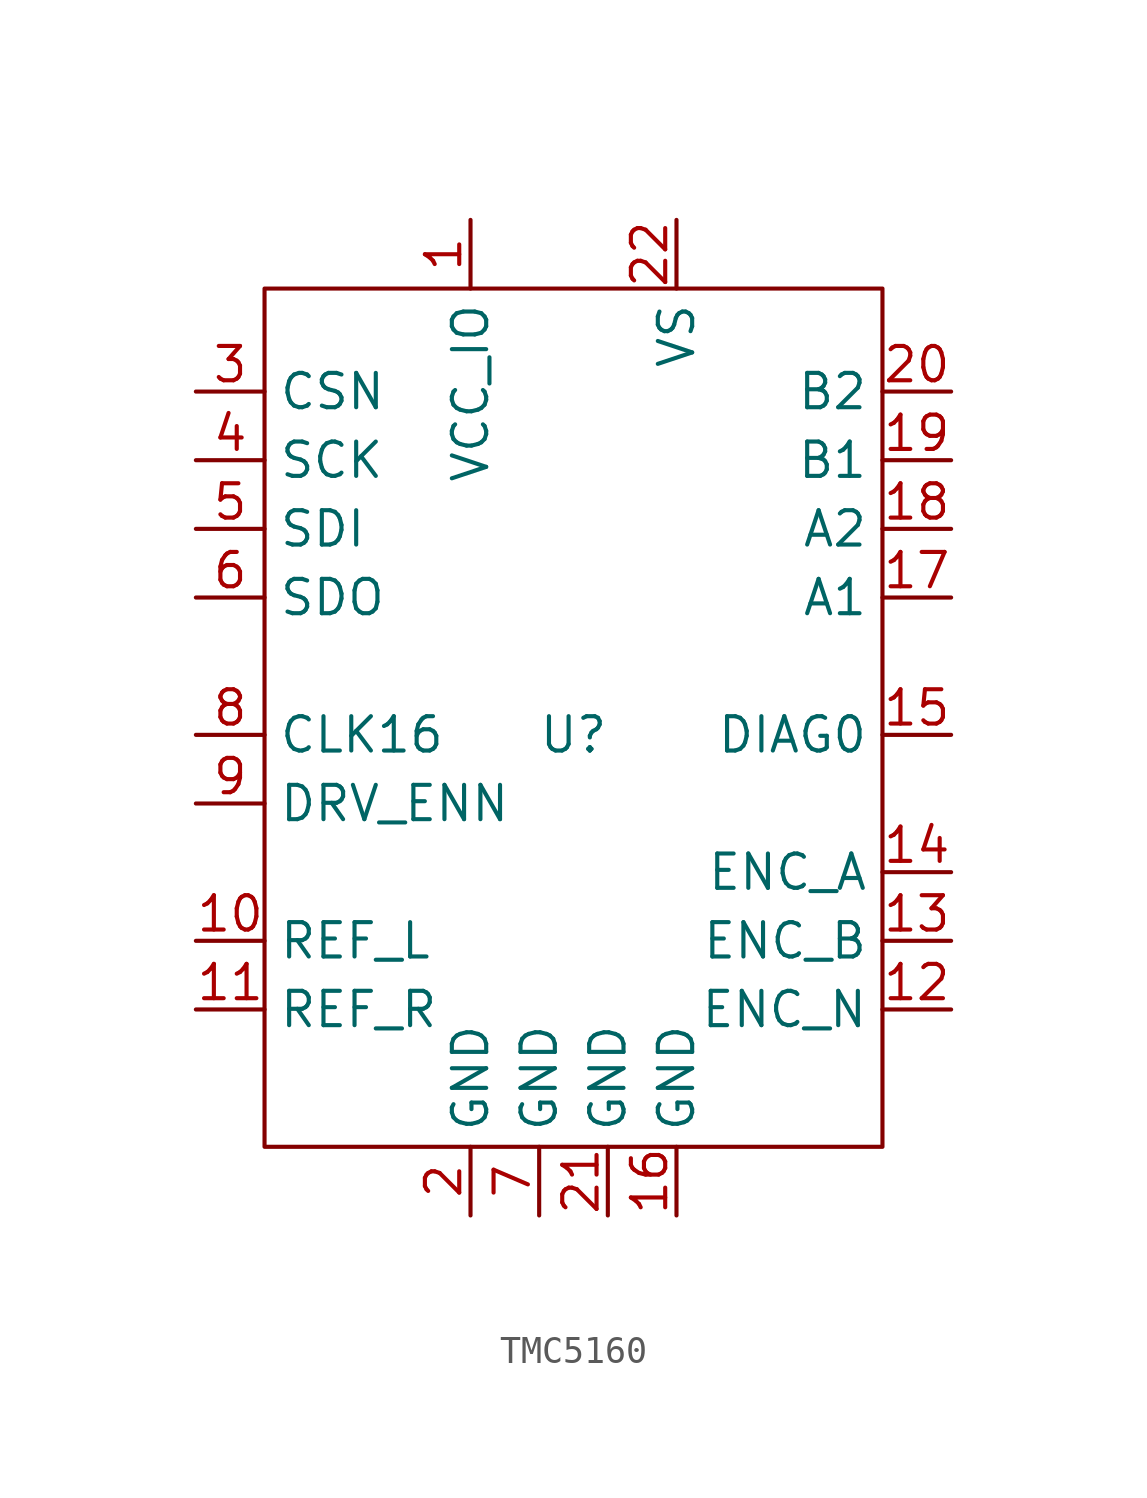
<source format=kicad_sym>
(kicad_symbol_lib
  (version 20220914)
  (generator kicad_symbol_editor)
  (symbol "TMC5160"
    (property "Reference" "U"
      (at 0 0 0)
      (effects (font (size 1.27 1.27))))
    (property "Value" ""
      (at 0 0 0)
      (effects (font (size 1.27 1.27))))
    (symbol "TMC5160_0_1"
      (rectangle (start -11.43 16.51) (end 11.43 -15.24) (stroke (width 0) (type default)) (fill (type none))))
    (symbol "TMC5160_1_1"
      (pin power_in line (at -3.81 19.05 270) (length 2.54) (name "VCC_IO" (effects (font (size 1.27 1.27)))) (number "1" (effects (font (size 1.27 1.27)))))
      (pin input line (at -13.97 -7.62 0) (length 2.54) (name "REF_L" (effects (font (size 1.27 1.27)))) (number "10" (effects (font (size 1.27 1.27)))))
      (pin input line (at -13.97 -10.16 0) (length 2.54) (name "REF_R" (effects (font (size 1.27 1.27)))) (number "11" (effects (font (size 1.27 1.27)))))
      (pin input line (at 13.97 -10.16 180) (length 2.54) (name "ENC_N" (effects (font (size 1.27 1.27)))) (number "12" (effects (font (size 1.27 1.27)))))
      (pin input line (at 13.97 -7.62 180) (length 2.54) (name "ENC_B" (effects (font (size 1.27 1.27)))) (number "13" (effects (font (size 1.27 1.27)))))
      (pin input line (at 13.97 -5.08 180) (length 2.54) (name "ENC_A" (effects (font (size 1.27 1.27)))) (number "14" (effects (font (size 1.27 1.27)))))
      (pin input line (at 13.97 0 180) (length 2.54) (name "DIAG0" (effects (font (size 1.27 1.27)))) (number "15" (effects (font (size 1.27 1.27)))))
      (pin power_in line (at 3.81 -17.78 90) (length 2.54) (name "GND" (effects (font (size 1.27 1.27)))) (number "16" (effects (font (size 1.27 1.27)))))
      (pin output line (at 13.97 5.08 180) (length 2.54) (name "A1" (effects (font (size 1.27 1.27)))) (number "17" (effects (font (size 1.27 1.27)))))
      (pin output line (at 13.97 7.62 180) (length 2.54) (name "A2" (effects (font (size 1.27 1.27)))) (number "18" (effects (font (size 1.27 1.27)))))
      (pin output line (at 13.97 10.16 180) (length 2.54) (name "B1" (effects (font (size 1.27 1.27)))) (number "19" (effects (font (size 1.27 1.27)))))
      (pin power_in line (at -3.81 -17.78 90) (length 2.54) (name "GND" (effects (font (size 1.27 1.27)))) (number "2" (effects (font (size 1.27 1.27)))))
      (pin output line (at 13.97 12.7 180) (length 2.54) (name "B2" (effects (font (size 1.27 1.27)))) (number "20" (effects (font (size 1.27 1.27)))))
      (pin power_in line (at 1.27 -17.78 90) (length 2.54) (name "GND" (effects (font (size 1.27 1.27)))) (number "21" (effects (font (size 1.27 1.27)))))
      (pin power_in line (at 3.81 19.05 270) (length 2.54) (name "VS" (effects (font (size 1.27 1.27)))) (number "22" (effects (font (size 1.27 1.27)))))
      (pin input line (at -13.97 12.7 0) (length 2.54) (name "CSN" (effects (font (size 1.27 1.27)))) (number "3" (effects (font (size 1.27 1.27)))))
      (pin input line (at -13.97 10.16 0) (length 2.54) (name "SCK" (effects (font (size 1.27 1.27)))) (number "4" (effects (font (size 1.27 1.27)))))
      (pin input line (at -13.97 7.62 0) (length 2.54) (name "SDI" (effects (font (size 1.27 1.27)))) (number "5" (effects (font (size 1.27 1.27)))))
      (pin output line (at -13.97 5.08 0) (length 2.54) (name "SDO" (effects (font (size 1.27 1.27)))) (number "6" (effects (font (size 1.27 1.27)))))
      (pin power_in line (at -1.27 -17.78 90) (length 2.54) (name "GND" (effects (font (size 1.27 1.27)))) (number "7" (effects (font (size 1.27 1.27)))))
      (pin input line (at -13.97 0 0) (length 2.54) (name "CLK16" (effects (font (size 1.27 1.27)))) (number "8" (effects (font (size 1.27 1.27)))))
      (pin input line (at -13.97 -2.54 0) (length 2.54) (name "DRV_ENN" (effects (font (size 1.27 1.27)))) (number "9" (effects (font (size 1.27 1.27))))))))
</source>
